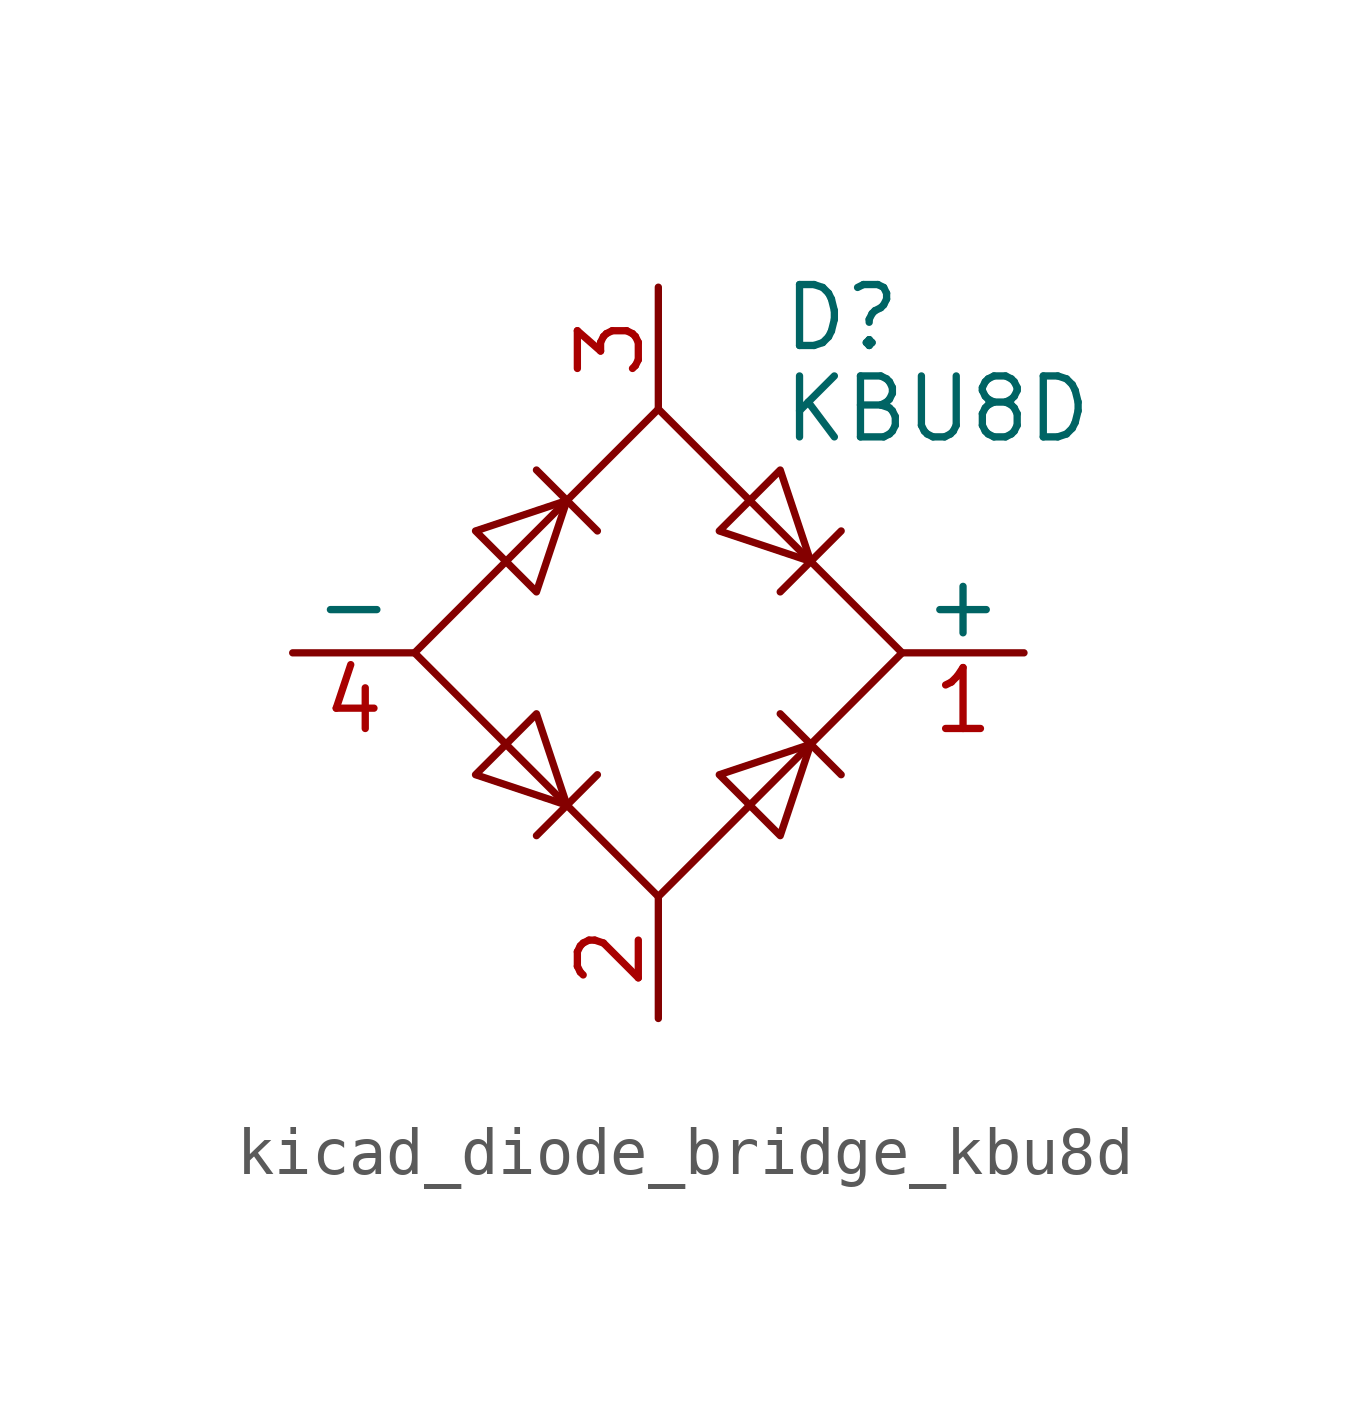
<source format=kicad_sym>
(kicad_symbol_lib
  (version 20220914)
  (generator kicad_symbol_editor)
  (symbol "kicad_diode_bridge_kbu8d"
    (pin_names
      (offset 0))
    (property "Reference" "D"
      (at 2.54 6.985 0)
      (effects (font (size 1.27 1.27)) (justify left)))
    (property "Value" "KBU8D"
      (at 2.54 5.08 0)
      (effects (font (size 1.27 1.27)) (justify left)))
    (symbol "kicad_diode_bridge_kbu8d_0_1"
      (polyline (pts (xy -2.54 3.81) (xy -1.27 2.54)) (stroke (width 0) (type default)) (fill (type none)))
      (polyline (pts (xy -1.27 -2.54) (xy -2.54 -3.81)) (stroke (width 0) (type default)) (fill (type none)))
      (polyline (pts (xy 2.54 -1.27) (xy 3.81 -2.54)) (stroke (width 0) (type default)) (fill (type none)))
      (polyline (pts (xy 2.54 1.27) (xy 3.81 2.54)) (stroke (width 0) (type default)) (fill (type none)))
      (polyline (pts (xy -3.81 2.54) (xy -2.54 1.27) (xy -1.905 3.175) (xy -3.81 2.54)) (stroke (width 0) (type default)) (fill (type none)))
      (polyline (pts (xy -2.54 -1.27) (xy -3.81 -2.54) (xy -1.905 -3.175) (xy -2.54 -1.27)) (stroke (width 0) (type default)) (fill (type none)))
      (polyline (pts (xy 1.27 2.54) (xy 2.54 3.81) (xy 3.175 1.905) (xy 1.27 2.54)) (stroke (width 0) (type default)) (fill (type none)))
      (polyline (pts (xy 3.175 -1.905) (xy 1.27 -2.54) (xy 2.54 -3.81) (xy 3.175 -1.905)) (stroke (width 0) (type default)) (fill (type none)))
      (polyline (pts (xy -5.08 0) (xy 0 -5.08) (xy 5.08 0) (xy 0 5.08) (xy -5.08 0)) (stroke (width 0) (type default)) (fill (type none))))
    (symbol "kicad_diode_bridge_kbu8d_1_1"
      (pin passive line (at 7.62 0 180) (length 2.54) (name "+" (effects (font (size 1.27 1.27)))) (number "1" (effects (font (size 1.27 1.27)))))
      (pin passive line (at 0 -7.62 90) (length 2.54) (name "~" (effects (font (size 1.27 1.27)))) (number "2" (effects (font (size 1.27 1.27)))))
      (pin passive line (at 0 7.62 270) (length 2.54) (name "~" (effects (font (size 1.27 1.27)))) (number "3" (effects (font (size 1.27 1.27)))))
      (pin passive line (at -7.62 0 0) (length 2.54) (name "-" (effects (font (size 1.27 1.27)))) (number "4" (effects (font (size 1.27 1.27))))))))
</source>
